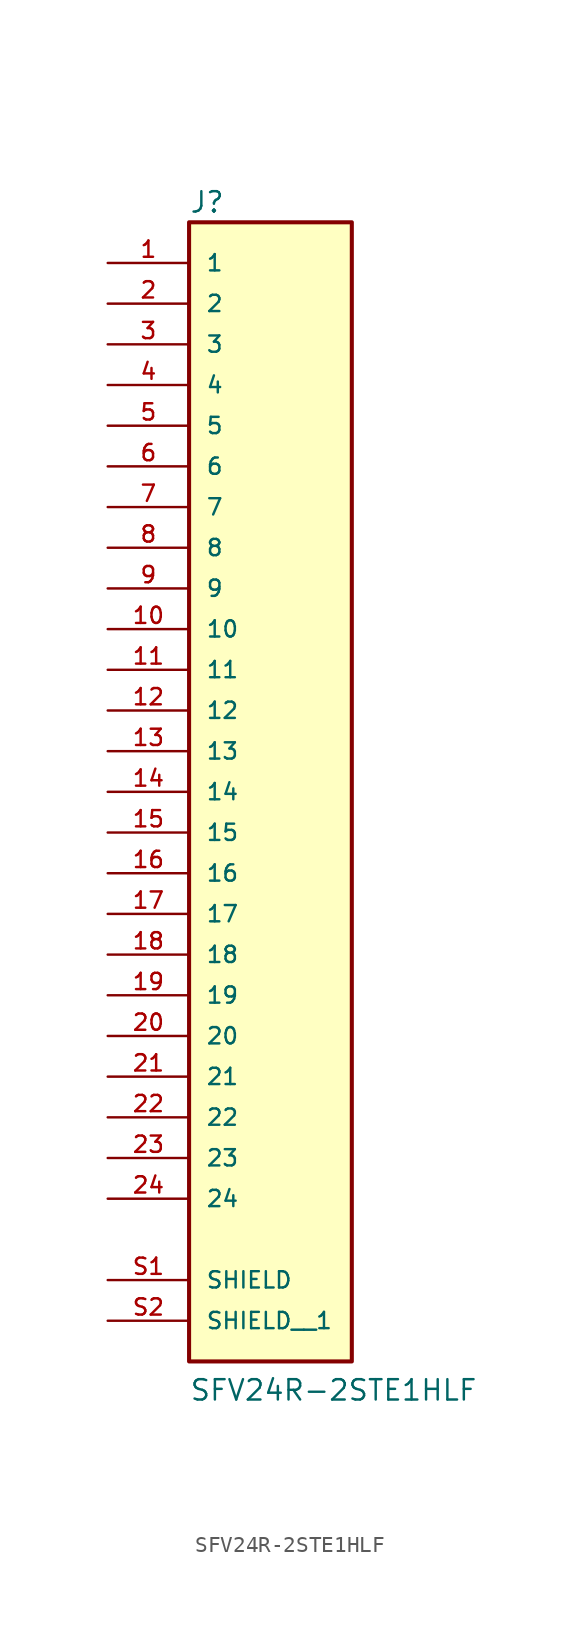
<source format=kicad_sym>
(kicad_symbol_lib
  (version 20211014)
  (generator kicad_symbol_editor)
  (symbol "SFV24R-2STE1HLF"
    (pin_names
      (offset 1.016))
    (property "Reference" "J"
      (at -5.08 36.068 0.0)
      (effects (font (size 1.27 1.27)) (justify bottom left)))
    (property "Value" "SFV24R-2STE1HLF"
      (at -5.08 -38.1 0.0)
      (effects (font (size 1.27 1.27)) (justify bottom left)))
    (symbol "SFV24R-2STE1HLF_0_0"
      (rectangle (start -5.08 -35.56) (end 5.08 35.56) (stroke (width 0.254)) (fill (type background)))
      (pin passive line (at -10.16 33.02 0) (length 5.08) (name "1" (effects (font (size 1.016 1.016)))) (number "1" (effects (font (size 1.016 1.016)))))
      (pin passive line (at -10.16 30.48 0) (length 5.08) (name "2" (effects (font (size 1.016 1.016)))) (number "2" (effects (font (size 1.016 1.016)))))
      (pin passive line (at -10.16 27.94 0) (length 5.08) (name "3" (effects (font (size 1.016 1.016)))) (number "3" (effects (font (size 1.016 1.016)))))
      (pin passive line (at -10.16 25.4 0) (length 5.08) (name "4" (effects (font (size 1.016 1.016)))) (number "4" (effects (font (size 1.016 1.016)))))
      (pin passive line (at -10.16 22.86 0) (length 5.08) (name "5" (effects (font (size 1.016 1.016)))) (number "5" (effects (font (size 1.016 1.016)))))
      (pin passive line (at -10.16 20.32 0) (length 5.08) (name "6" (effects (font (size 1.016 1.016)))) (number "6" (effects (font (size 1.016 1.016)))))
      (pin passive line (at -10.16 17.78 0) (length 5.08) (name "7" (effects (font (size 1.016 1.016)))) (number "7" (effects (font (size 1.016 1.016)))))
      (pin passive line (at -10.16 15.24 0) (length 5.08) (name "8" (effects (font (size 1.016 1.016)))) (number "8" (effects (font (size 1.016 1.016)))))
      (pin passive line (at -10.16 12.7 0) (length 5.08) (name "9" (effects (font (size 1.016 1.016)))) (number "9" (effects (font (size 1.016 1.016)))))
      (pin passive line (at -10.16 10.16 0) (length 5.08) (name "10" (effects (font (size 1.016 1.016)))) (number "10" (effects (font (size 1.016 1.016)))))
      (pin passive line (at -10.16 7.62 0) (length 5.08) (name "11" (effects (font (size 1.016 1.016)))) (number "11" (effects (font (size 1.016 1.016)))))
      (pin passive line (at -10.16 5.08 0) (length 5.08) (name "12" (effects (font (size 1.016 1.016)))) (number "12" (effects (font (size 1.016 1.016)))))
      (pin passive line (at -10.16 2.54 0) (length 5.08) (name "13" (effects (font (size 1.016 1.016)))) (number "13" (effects (font (size 1.016 1.016)))))
      (pin passive line (at -10.16 0.0 0) (length 5.08) (name "14" (effects (font (size 1.016 1.016)))) (number "14" (effects (font (size 1.016 1.016)))))
      (pin passive line (at -10.16 -2.54 0) (length 5.08) (name "15" (effects (font (size 1.016 1.016)))) (number "15" (effects (font (size 1.016 1.016)))))
      (pin passive line (at -10.16 -5.08 0) (length 5.08) (name "16" (effects (font (size 1.016 1.016)))) (number "16" (effects (font (size 1.016 1.016)))))
      (pin passive line (at -10.16 -7.62 0) (length 5.08) (name "17" (effects (font (size 1.016 1.016)))) (number "17" (effects (font (size 1.016 1.016)))))
      (pin passive line (at -10.16 -10.16 0) (length 5.08) (name "18" (effects (font (size 1.016 1.016)))) (number "18" (effects (font (size 1.016 1.016)))))
      (pin passive line (at -10.16 -12.7 0) (length 5.08) (name "19" (effects (font (size 1.016 1.016)))) (number "19" (effects (font (size 1.016 1.016)))))
      (pin passive line (at -10.16 -15.24 0) (length 5.08) (name "20" (effects (font (size 1.016 1.016)))) (number "20" (effects (font (size 1.016 1.016)))))
      (pin passive line (at -10.16 -17.78 0) (length 5.08) (name "21" (effects (font (size 1.016 1.016)))) (number "21" (effects (font (size 1.016 1.016)))))
      (pin passive line (at -10.16 -20.32 0) (length 5.08) (name "22" (effects (font (size 1.016 1.016)))) (number "22" (effects (font (size 1.016 1.016)))))
      (pin passive line (at -10.16 -22.86 0) (length 5.08) (name "23" (effects (font (size 1.016 1.016)))) (number "23" (effects (font (size 1.016 1.016)))))
      (pin passive line (at -10.16 -25.4 0) (length 5.08) (name "24" (effects (font (size 1.016 1.016)))) (number "24" (effects (font (size 1.016 1.016)))))
      (pin passive line (at -10.16 -30.48 0) (length 5.08) (name "SHIELD" (effects (font (size 1.016 1.016)))) (number "S1" (effects (font (size 1.016 1.016)))))
      (pin passive line (at -10.16 -33.02 0) (length 5.08) (name "SHIELD__1" (effects (font (size 1.016 1.016)))) (number "S2" (effects (font (size 1.016 1.016))))))))
</source>
